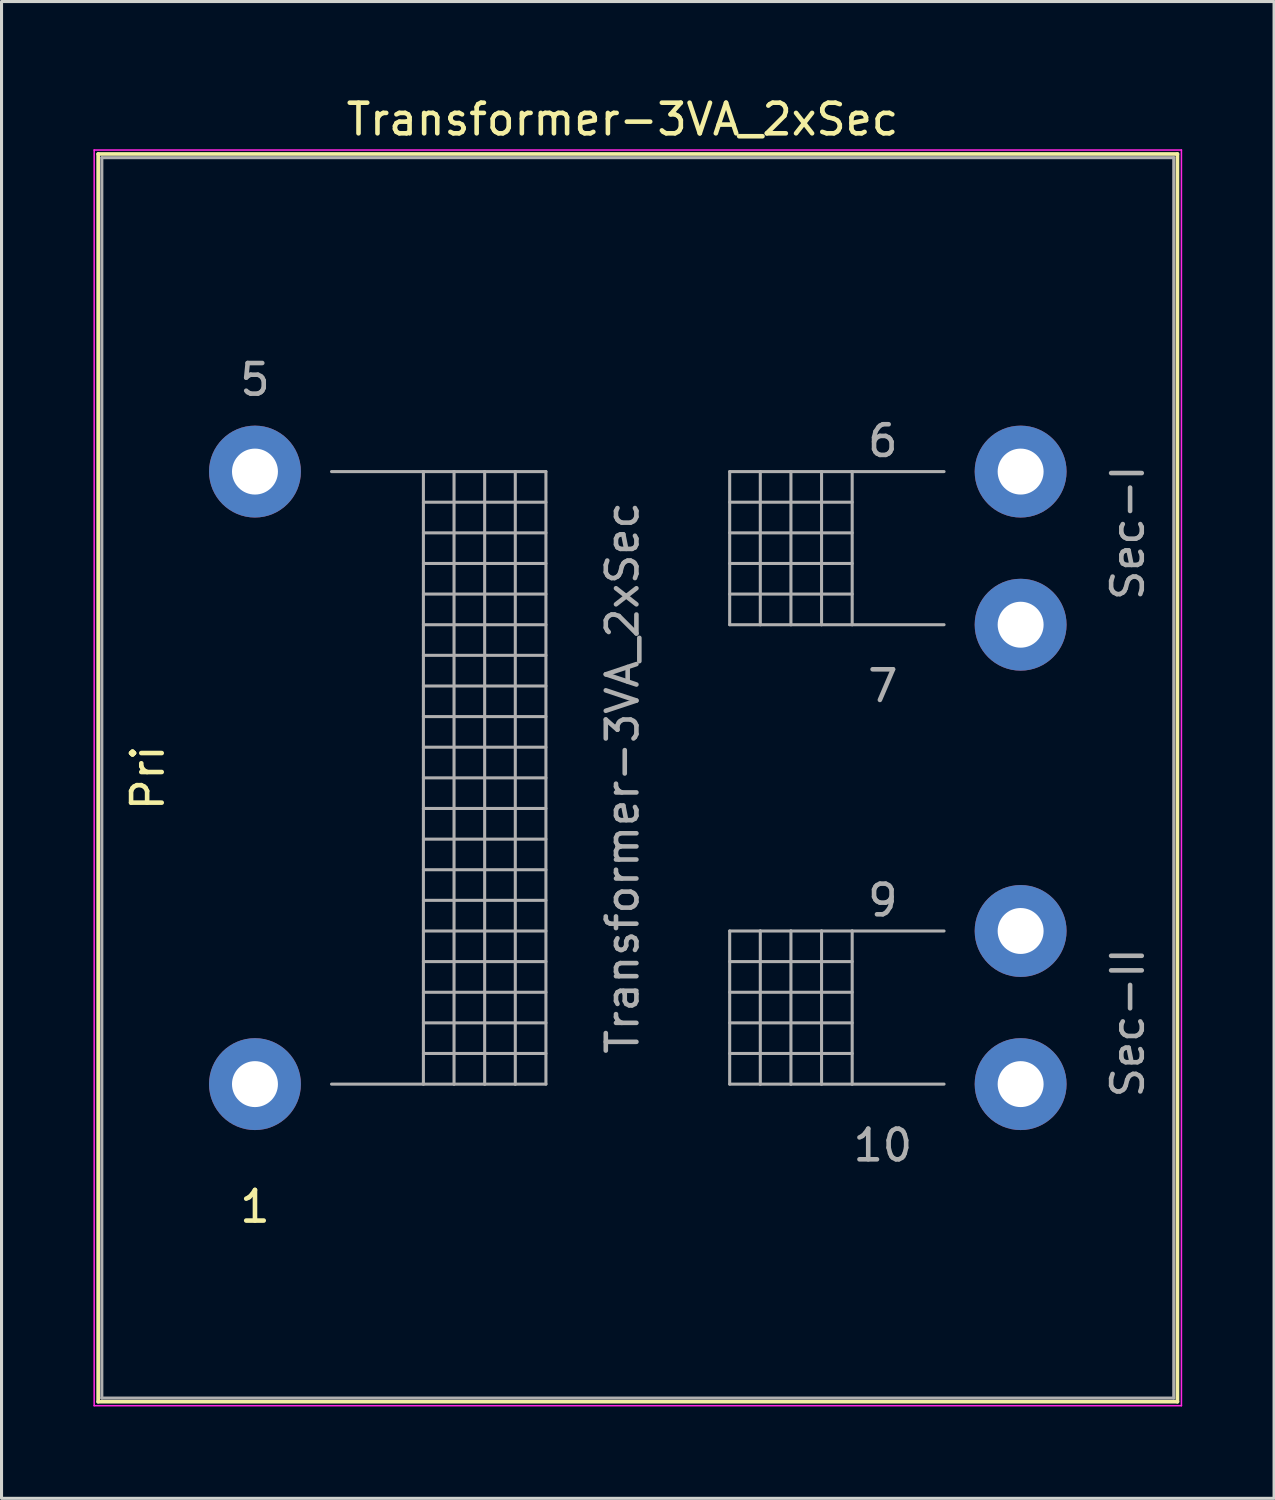
<source format=kicad_pcb>
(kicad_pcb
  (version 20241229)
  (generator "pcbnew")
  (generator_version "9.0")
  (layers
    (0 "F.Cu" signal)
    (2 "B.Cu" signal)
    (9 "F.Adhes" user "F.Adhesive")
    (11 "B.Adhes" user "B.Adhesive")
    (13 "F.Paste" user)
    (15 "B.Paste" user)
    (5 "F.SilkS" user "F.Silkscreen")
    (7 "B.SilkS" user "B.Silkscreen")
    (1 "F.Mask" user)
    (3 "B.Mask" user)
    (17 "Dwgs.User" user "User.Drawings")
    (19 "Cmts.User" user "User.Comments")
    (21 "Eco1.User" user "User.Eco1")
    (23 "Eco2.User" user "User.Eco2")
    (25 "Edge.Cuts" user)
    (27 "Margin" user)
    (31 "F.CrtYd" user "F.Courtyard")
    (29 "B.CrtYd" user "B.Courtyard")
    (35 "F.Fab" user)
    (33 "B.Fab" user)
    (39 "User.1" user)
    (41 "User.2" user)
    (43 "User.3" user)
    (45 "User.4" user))
  (footprint "Transformer-3VA_2xSec"
    (layer "F.Cu")
    (at 5.275 32.348)
    (property "Reference" "Transformer-3VA_2xSec" (at 12 -31.5 0) (layer "F.SilkS") (effects (font (size 1 1) (thickness 0.15))))
    (attr through_hole)
    (fp_line (start -5.12 -30.37) (end -5.12 10.37) (stroke (width 0.12) (type solid)) (layer "F.SilkS"))
    (fp_line (start -5.12 -30.37) (end 30.12 -30.37) (stroke (width 0.12) (type solid)) (layer "F.SilkS"))
    (fp_line (start 30.12 10.37) (end -5.12 10.37) (stroke (width 0.12) (type solid)) (layer "F.SilkS"))
    (fp_line (start 30.12 10.37) (end 30.12 -30.37) (stroke (width 0.12) (type solid)) (layer "F.SilkS"))
    (fp_line (start -5.25 -30.5) (end -5.25 10.5) (stroke (width 0.05) (type solid)) (layer "F.CrtYd"))
    (fp_line (start -5.25 -30.5) (end 30.25 -30.5) (stroke (width 0.05) (type solid)) (layer "F.CrtYd"))
    (fp_line (start 30.25 10.5) (end -5.25 10.5) (stroke (width 0.05) (type solid)) (layer "F.CrtYd"))
    (fp_line (start 30.25 10.5) (end 30.25 -30.5) (stroke (width 0.05) (type solid)) (layer "F.CrtYd"))
    (fp_line (start -5 -30.25) (end -5 10.25) (stroke (width 0.1) (type solid)) (layer "F.Fab"))
    (fp_line (start -5 10.25) (end 30 10.25) (stroke (width 0.1) (type solid)) (layer "F.Fab"))
    (fp_line (start 2.5 -20) (end 5.5 -20) (stroke (width 0.1) (type solid)) (layer "F.Fab"))
    (fp_line (start 5.5 -20) (end 5.5 0) (stroke (width 0.1) (type solid)) (layer "F.Fab"))
    (fp_line (start 5.5 -20) (end 6.5 -20) (stroke (width 0.1) (type solid)) (layer "F.Fab"))
    (fp_line (start 5.5 -19) (end 9.5 -19) (stroke (width 0.1) (type solid)) (layer "F.Fab"))
    (fp_line (start 5.5 -18) (end 9.5 -18) (stroke (width 0.1) (type solid)) (layer "F.Fab"))
    (fp_line (start 5.5 -17) (end 9.5 -17) (stroke (width 0.1) (type solid)) (layer "F.Fab"))
    (fp_line (start 5.5 -16) (end 9.5 -16) (stroke (width 0.1) (type solid)) (layer "F.Fab"))
    (fp_line (start 5.5 -15) (end 9.5 -15) (stroke (width 0.1) (type solid)) (layer "F.Fab"))
    (fp_line (start 5.5 -14) (end 9.5 -14) (stroke (width 0.1) (type solid)) (layer "F.Fab"))
    (fp_line (start 5.5 -13) (end 9.5 -13) (stroke (width 0.1) (type solid)) (layer "F.Fab"))
    (fp_line (start 5.5 -12) (end 9.5 -12) (stroke (width 0.1) (type solid)) (layer "F.Fab"))
    (fp_line (start 5.5 -11) (end 9.5 -11) (stroke (width 0.1) (type solid)) (layer "F.Fab"))
    (fp_line (start 5.5 -10) (end 9.5 -10) (stroke (width 0.1) (type solid)) (layer "F.Fab"))
    (fp_line (start 5.5 -9) (end 9.5 -9) (stroke (width 0.1) (type solid)) (layer "F.Fab"))
    (fp_line (start 5.5 -8) (end 9.5 -8) (stroke (width 0.1) (type solid)) (layer "F.Fab"))
    (fp_line (start 5.5 -7) (end 9.5 -7) (stroke (width 0.1) (type solid)) (layer "F.Fab"))
    (fp_line (start 5.5 -6) (end 9.5 -6) (stroke (width 0.1) (type solid)) (layer "F.Fab"))
    (fp_line (start 5.5 -5) (end 9.5 -5) (stroke (width 0.1) (type solid)) (layer "F.Fab"))
    (fp_line (start 5.5 -4) (end 9.5 -4) (stroke (width 0.1) (type solid)) (layer "F.Fab"))
    (fp_line (start 5.5 -3) (end 9.5 -3) (stroke (width 0.1) (type solid)) (layer "F.Fab"))
    (fp_line (start 5.5 -2) (end 9.5 -2) (stroke (width 0.1) (type solid)) (layer "F.Fab"))
    (fp_line (start 5.5 -1) (end 9.5 -1) (stroke (width 0.1) (type solid)) (layer "F.Fab"))
    (fp_line (start 5.5 0) (end 2.5 0) (stroke (width 0.1) (type solid)) (layer "F.Fab"))
    (fp_line (start 6.5 -20) (end 6.5 0) (stroke (width 0.1) (type solid)) (layer "F.Fab"))
    (fp_line (start 6.5 -20) (end 7.5 -20) (stroke (width 0.1) (type solid)) (layer "F.Fab"))
    (fp_line (start 6.5 0) (end 5.5 0) (stroke (width 0.1) (type solid)) (layer "F.Fab"))
    (fp_line (start 7.5 -20) (end 7.5 0) (stroke (width 0.1) (type solid)) (layer "F.Fab"))
    (fp_line (start 7.5 -20) (end 8.5 -20) (stroke (width 0.1) (type solid)) (layer "F.Fab"))
    (fp_line (start 7.5 0) (end 6.5 0) (stroke (width 0.1) (type solid)) (layer "F.Fab"))
    (fp_line (start 8.5 -20) (end 8.5 0) (stroke (width 0.1) (type solid)) (layer "F.Fab"))
    (fp_line (start 8.5 -20) (end 9.5 -20) (stroke (width 0.1) (type solid)) (layer "F.Fab"))
    (fp_line (start 8.5 0) (end 7.5 0) (stroke (width 0.1) (type solid)) (layer "F.Fab"))
    (fp_line (start 9.5 -20) (end 9.5 0) (stroke (width 0.1) (type solid)) (layer "F.Fab"))
    (fp_line (start 9.5 0) (end 8.5 0) (stroke (width 0.1) (type solid)) (layer "F.Fab"))
    (fp_line (start 15.5 -20) (end 15.5 -15) (stroke (width 0.1) (type solid)) (layer "F.Fab"))
    (fp_line (start 15.5 -19) (end 19.5 -19) (stroke (width 0.1) (type solid)) (layer "F.Fab"))
    (fp_line (start 15.5 -17) (end 19.5 -17) (stroke (width 0.1) (type solid)) (layer "F.Fab"))
    (fp_line (start 15.5 -15) (end 16.5 -15) (stroke (width 0.1) (type solid)) (layer "F.Fab"))
    (fp_line (start 15.5 -5) (end 15.5 0) (stroke (width 0.1) (type solid)) (layer "F.Fab"))
    (fp_line (start 15.5 -4) (end 19.5 -4) (stroke (width 0.1) (type solid)) (layer "F.Fab"))
    (fp_line (start 15.5 -3) (end 19.5 -3) (stroke (width 0.1) (type solid)) (layer "F.Fab"))
    (fp_line (start 15.5 -2) (end 19.5 -2) (stroke (width 0.1) (type solid)) (layer "F.Fab"))
    (fp_line (start 15.5 -1) (end 19.5 -1) (stroke (width 0.1) (type solid)) (layer "F.Fab"))
    (fp_line (start 15.5 0) (end 16.5 0) (stroke (width 0.1) (type solid)) (layer "F.Fab"))
    (fp_line (start 16.5 -20) (end 15.5 -20) (stroke (width 0.1) (type solid)) (layer "F.Fab"))
    (fp_line (start 16.5 -20) (end 16.5 -15) (stroke (width 0.1) (type solid)) (layer "F.Fab"))
    (fp_line (start 16.5 -15) (end 17.5 -15) (stroke (width 0.1) (type solid)) (layer "F.Fab"))
    (fp_line (start 16.5 -5) (end 15.5 -5) (stroke (width 0.1) (type solid)) (layer "F.Fab"))
    (fp_line (start 16.5 -5) (end 16.5 0) (stroke (width 0.1) (type solid)) (layer "F.Fab"))
    (fp_line (start 16.5 0) (end 17.5 0) (stroke (width 0.1) (type solid)) (layer "F.Fab"))
    (fp_line (start 17.5 -20) (end 16.5 -20) (stroke (width 0.1) (type solid)) (layer "F.Fab"))
    (fp_line (start 17.5 -20) (end 17.5 -15) (stroke (width 0.1) (type solid)) (layer "F.Fab"))
    (fp_line (start 17.5 -15) (end 18.5 -15) (stroke (width 0.1) (type solid)) (layer "F.Fab"))
    (fp_line (start 17.5 -5) (end 16.5 -5) (stroke (width 0.1) (type solid)) (layer "F.Fab"))
    (fp_line (start 17.5 -5) (end 17.5 0) (stroke (width 0.1) (type solid)) (layer "F.Fab"))
    (fp_line (start 17.5 0) (end 18.5 0) (stroke (width 0.1) (type solid)) (layer "F.Fab"))
    (fp_line (start 18.5 -20) (end 17.5 -20) (stroke (width 0.1) (type solid)) (layer "F.Fab"))
    (fp_line (start 18.5 -20) (end 18.5 -15) (stroke (width 0.1) (type solid)) (layer "F.Fab"))
    (fp_line (start 18.5 -15) (end 19.5 -15) (stroke (width 0.1) (type solid)) (layer "F.Fab"))
    (fp_line (start 18.5 -5) (end 17.5 -5) (stroke (width 0.1) (type solid)) (layer "F.Fab"))
    (fp_line (start 18.5 -5) (end 18.5 0) (stroke (width 0.1) (type solid)) (layer "F.Fab"))
    (fp_line (start 18.5 0) (end 19.5 0) (stroke (width 0.1) (type solid)) (layer "F.Fab"))
    (fp_line (start 19.5 -20) (end 18.5 -20) (stroke (width 0.1) (type solid)) (layer "F.Fab"))
    (fp_line (start 19.5 -20) (end 19.5 -15) (stroke (width 0.1) (type solid)) (layer "F.Fab"))
    (fp_line (start 19.5 -18) (end 15.5 -18) (stroke (width 0.1) (type solid)) (layer "F.Fab"))
    (fp_line (start 19.5 -16) (end 15.5 -16) (stroke (width 0.1) (type solid)) (layer "F.Fab"))
    (fp_line (start 19.5 -15) (end 22.5 -15) (stroke (width 0.1) (type solid)) (layer "F.Fab"))
    (fp_line (start 19.5 -5) (end 18.5 -5) (stroke (width 0.1) (type solid)) (layer "F.Fab"))
    (fp_line (start 19.5 -5) (end 19.5 0) (stroke (width 0.1) (type solid)) (layer "F.Fab"))
    (fp_line (start 19.5 0) (end 22.5 0) (stroke (width 0.1) (type solid)) (layer "F.Fab"))
    (fp_line (start 22.5 -20) (end 19.5 -20) (stroke (width 0.1) (type solid)) (layer "F.Fab"))
    (fp_line (start 22.5 -5) (end 19.5 -5) (stroke (width 0.1) (type solid)) (layer "F.Fab"))
    (fp_line (start 30 -30.25) (end -5 -30.25) (stroke (width 0.1) (type solid)) (layer "F.Fab"))
    (fp_line (start 30 10.25) (end 30 -30.25) (stroke (width 0.1) (type solid)) (layer "F.Fab"))
    (fp_text user "Pri" (at -3.5 -10 90) (layer "F.SilkS") (effects (font (size 1 1) (thickness 0.15))))
    (fp_text user "1" (at 0 4 0) (layer "F.SilkS") (effects (font (size 1 1) (thickness 0.15))))
    (fp_text user "6" (at 20.5 -21 0) (layer "F.Fab") (effects (font (size 1 1) (thickness 0.15))))
    (fp_text user "7" (at 20.5 -13 0) (layer "F.Fab") (effects (font (size 1 1) (thickness 0.15))))
    (fp_text user "10" (at 20.5 2 0) (layer "F.Fab") (effects (font (size 1 1) (thickness 0.15))))
    (fp_text user "5" (at 0 -23 0) (layer "F.Fab") (effects (font (size 1 1) (thickness 0.15))))
    (fp_text user "${REFERENCE}" (at 12 -10 90) (layer "F.Fab") (effects (font (size 1 1) (thickness 0.15))))
    (fp_text user "9" (at 20.5 -6 0) (layer "F.Fab") (effects (font (size 1 1) (thickness 0.15))))
    (fp_text user "Sec-II" (at 28.5 -2 90) (layer "F.Fab") (effects (font (size 1 1) (thickness 0.15))))
    (fp_text user "Sec-I" (at 28.5 -18 90) (layer "F.Fab") (effects (font (size 1 1) (thickness 0.15))))
    (pad "1" thru_hole circle (at 0 0) (size 3 3) (drill 1.5) (layers "*.Cu" "*.Mask"))
    (pad "2" thru_hole circle (at 0 -20) (size 3 3) (drill 1.5) (layers "*.Cu" "*.Mask"))
    (pad "3" thru_hole circle (at 25 -20) (size 3 3) (drill 1.5) (layers "*.Cu" "*.Mask"))
    (pad "4" thru_hole circle (at 25 -15) (size 3 3) (drill 1.5) (layers "*.Cu" "*.Mask"))
    (pad "5" thru_hole circle (at 25 -5) (size 3 3) (drill 1.5) (layers "*.Cu" "*.Mask"))
    (pad "6" thru_hole circle (at 25 0) (size 3 3) (drill 1.5) (layers "*.Cu" "*.Mask")))
  (gr_rect
    (start -3 -3)
    (end 38.55 45.873)
    (stroke (width 0.1) (type default))
    (fill no)
    (layer "Edge.Cuts")))
</source>
